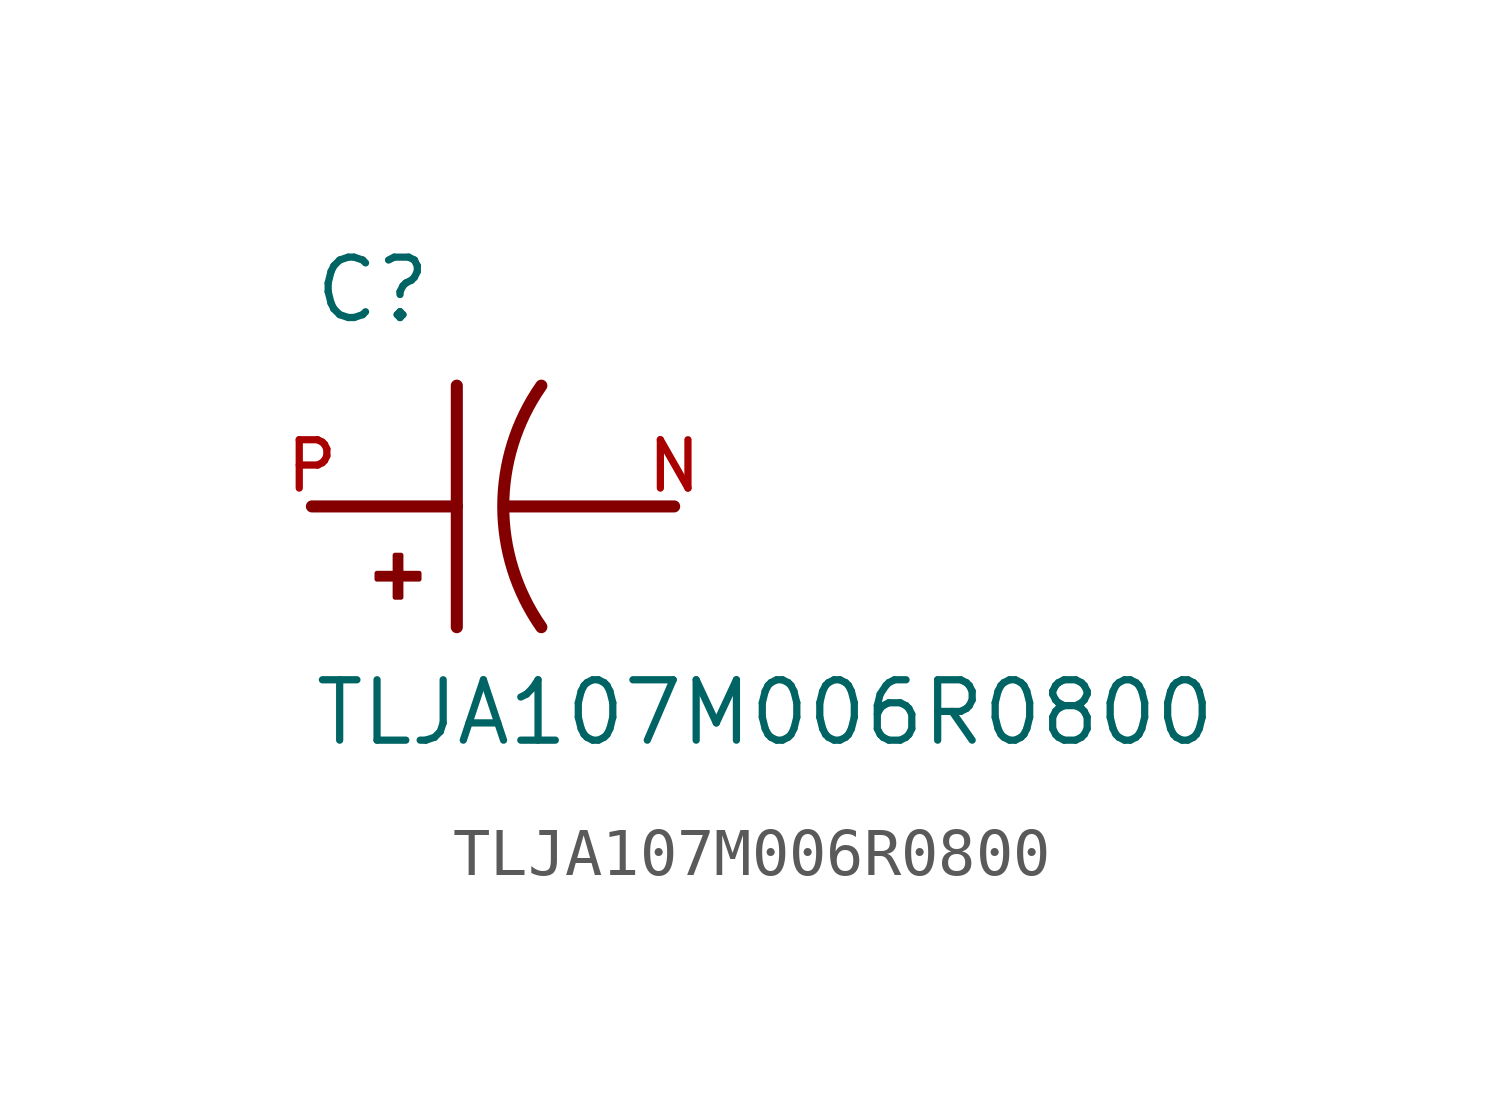
<source format=kicad_sym>
(kicad_symbol_lib
  (version 20211014)
  (generator kicad_symbol_editor)
  (symbol "TLJA107M006R0800"
    (pin_names
      (offset 1.016))
    (property "Reference" "C"
      (at -5.08 3.81 0)
      (effects (font (size 1.27 1.27)) (justify bottom left)))
    (property "Value" "TLJA107M006R0800"
      (at -5.08 -5.08 0)
      (effects (font (size 1.27 1.27)) (justify bottom left)))
    (symbol "TLJA107M006R0800_0_0"
      (arc (start -0.254 -2.54) (mid -1.0549 -0.0) (end -0.254 2.54) (stroke (width 0.254) (type default) (color 0 0 0 0)) (fill (type none)))
      (polyline (pts (xy -1.016 0.0) (xy 2.54 0.0)) (stroke (width 0.254)))
      (polyline (pts (xy -5.08 0.0) (xy -2.032 0.0)) (stroke (width 0.254)))
      (polyline (pts (xy -2.032 2.54) (xy -2.032 -2.54)) (stroke (width 0.254)))
      (rectangle (start -3.713 -1.532) (end -2.824 -1.405) (stroke (width 0.1)) (fill (type outline)))
      (rectangle (start -3.332 -1.913) (end -3.205 -1.024) (stroke (width 0.1)) (fill (type outline)))
      (pin passive line (at -5.08 0.0 0) (length 0) (name "~" (effects (font (size 1.016 1.016)))) (number "P" (effects (font (size 1.016 1.016)))))
      (pin passive line (at 2.54 0.0 180.0) (length 0) (name "~" (effects (font (size 1.016 1.016)))) (number "N" (effects (font (size 1.016 1.016))))))))
</source>
